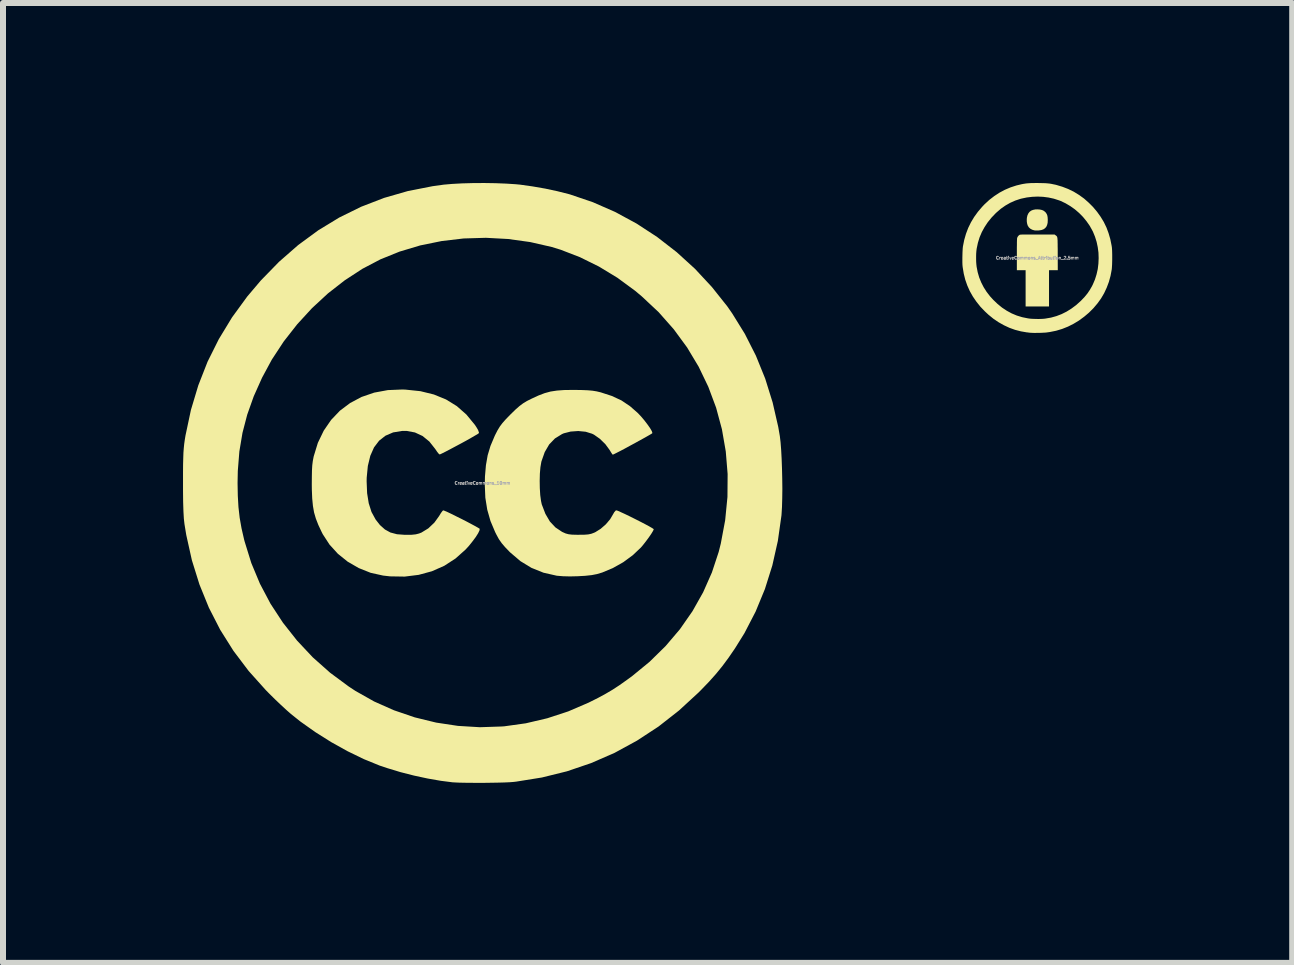
<source format=kicad_pcb>
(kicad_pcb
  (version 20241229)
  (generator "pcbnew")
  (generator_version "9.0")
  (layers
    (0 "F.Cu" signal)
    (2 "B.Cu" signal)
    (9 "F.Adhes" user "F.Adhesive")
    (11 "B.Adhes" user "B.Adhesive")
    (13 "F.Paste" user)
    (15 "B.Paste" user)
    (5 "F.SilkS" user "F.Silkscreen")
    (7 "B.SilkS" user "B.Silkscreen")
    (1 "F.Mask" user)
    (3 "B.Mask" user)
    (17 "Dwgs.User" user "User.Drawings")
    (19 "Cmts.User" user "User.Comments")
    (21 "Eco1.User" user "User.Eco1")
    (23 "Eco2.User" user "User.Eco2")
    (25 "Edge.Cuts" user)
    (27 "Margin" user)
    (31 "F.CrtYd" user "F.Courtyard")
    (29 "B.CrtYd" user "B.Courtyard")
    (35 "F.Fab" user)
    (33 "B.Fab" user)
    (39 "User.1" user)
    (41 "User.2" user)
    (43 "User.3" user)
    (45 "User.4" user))
  (footprint "CreativeCommons_Attribution_2.5mm"
    (layer "F.Cu")
    (at 14.237 1.248)
    (property "Reference" "CreativeCommons_Attribution_2.5mm" (at 0 0 0) (layer "F.Fab") (effects (font (size 0.05 0.05) (thickness 0.013))))
    (attr board_only exclude_from_pos_files exclude_from_bom)
    (fp_poly (pts (xy 0.043 -0.806) (xy 0.079 -0.798) (xy 0.109 -0.784) (xy 0.134 -0.763) (xy 0.144 -0.751) (xy 0.158 -0.729) (xy 0.167 -0.705) (xy 0.172 -0.675) (xy 0.174 -0.639) (xy 0.174 -0.63) (xy 0.172 -0.585) (xy 0.163 -0.548) (xy 0.149 -0.518) (xy 0.128 -0.494) (xy 0.101 -0.476) (xy 0.067 -0.464) (xy 0.026 -0.458) (xy 0.014 -0.457) (xy -0.008 -0.457) (xy -0.03 -0.457) (xy -0.048 -0.459) (xy -0.05 -0.459) (xy -0.086 -0.47) (xy -0.117 -0.487) (xy -0.142 -0.51) (xy -0.159 -0.538) (xy -0.16 -0.539) (xy -0.169 -0.567) (xy -0.175 -0.601) (xy -0.176 -0.636) (xy -0.174 -0.668) (xy -0.165 -0.708) (xy -0.15 -0.741) (xy -0.13 -0.767) (xy -0.104 -0.787) (xy -0.072 -0.8) (xy -0.033 -0.808) (xy 0 -0.809)) (stroke (width 0) (type solid)) (fill yes) (layer "F.SilkS"))
    (fp_poly (pts (xy -0.061 -0.39) (xy 0.002 -0.39) (xy 0.005 -0.39) (xy 0.289 -0.389) (xy 0.306 -0.376) (xy 0.313 -0.371) (xy 0.318 -0.367) (xy 0.323 -0.362) (xy 0.327 -0.356) (xy 0.33 -0.349) (xy 0.333 -0.339) (xy 0.335 -0.327) (xy 0.336 -0.31) (xy 0.338 -0.289) (xy 0.338 -0.263) (xy 0.339 -0.231) (xy 0.339 -0.192) (xy 0.34 -0.146) (xy 0.34 -0.092) (xy 0.34 -0.065) (xy 0.341 0.205) (xy 0.195 0.205) (xy 0.195 0.809) (xy -0.195 0.809) (xy -0.195 0.205) (xy -0.341 0.205) (xy -0.341 -0.056) (xy -0.341 -0.118) (xy -0.341 -0.173) (xy -0.34 -0.221) (xy -0.34 -0.26) (xy -0.339 -0.292) (xy -0.338 -0.314) (xy -0.337 -0.329) (xy -0.336 -0.333) (xy -0.328 -0.351) (xy -0.315 -0.369) (xy -0.299 -0.382) (xy -0.292 -0.386) (xy -0.286 -0.387) (xy -0.275 -0.388) (xy -0.257 -0.389) (xy -0.233 -0.389) (xy -0.201 -0.39) (xy -0.163 -0.39) (xy -0.116 -0.39)) (stroke (width 0) (type solid)) (fill yes) (layer "F.SilkS"))
    (fp_poly (pts (xy 0.055 -1.247) (xy 0.099 -1.246) (xy 0.137 -1.245) (xy 0.171 -1.242) (xy 0.202 -1.239) (xy 0.233 -1.234) (xy 0.266 -1.227) (xy 0.301 -1.22) (xy 0.317 -1.216) (xy 0.417 -1.186) (xy 0.513 -1.149) (xy 0.606 -1.104) (xy 0.694 -1.05) (xy 0.779 -0.989) (xy 0.858 -0.919) (xy 0.928 -0.849) (xy 0.996 -0.768) (xy 1.056 -0.684) (xy 1.108 -0.598) (xy 1.152 -0.507) (xy 1.187 -0.413) (xy 1.216 -0.314) (xy 1.237 -0.21) (xy 1.242 -0.18) (xy 1.244 -0.158) (xy 1.246 -0.128) (xy 1.247 -0.093) (xy 1.248 -0.054) (xy 1.248 -0.013) (xy 1.248 0.03) (xy 1.247 0.071) (xy 1.246 0.11) (xy 1.244 0.145) (xy 1.242 0.174) (xy 1.24 0.194) (xy 1.22 0.3) (xy 1.192 0.401) (xy 1.156 0.497) (xy 1.113 0.589) (xy 1.062 0.676) (xy 1.002 0.759) (xy 0.935 0.838) (xy 0.86 0.913) (xy 0.782 0.979) (xy 0.695 1.043) (xy 0.604 1.098) (xy 0.511 1.145) (xy 0.413 1.184) (xy 0.313 1.214) (xy 0.209 1.235) (xy 0.152 1.243) (xy 0.133 1.245) (xy 0.107 1.246) (xy 0.076 1.248) (xy 0.043 1.249) (xy 0.009 1.249) (xy -0.025 1.25) (xy -0.057 1.25) (xy -0.085 1.249) (xy -0.107 1.248) (xy -0.122 1.247) (xy -0.123 1.247) (xy -0.132 1.246) (xy -0.148 1.244) (xy -0.167 1.241) (xy -0.175 1.241) (xy -0.273 1.224) (xy -0.37 1.199) (xy -0.465 1.165) (xy -0.557 1.122) (xy -0.646 1.072) (xy -0.733 1.013) (xy -0.815 0.946) (xy -0.872 0.893) (xy -0.948 0.814) (xy -1.015 0.73) (xy -1.074 0.644) (xy -1.125 0.554) (xy -1.167 0.46) (xy -1.201 0.363) (xy -1.226 0.263) (xy -1.243 0.159) (xy -1.246 0.135) (xy -1.248 0.108) (xy -1.249 0.074) (xy -1.249 0.036) (xy -1.249 0.021) (xy -1.02 0.021) (xy -1.019 0.067) (xy -1.016 0.108) (xy -1.012 0.143) (xy -1.012 0.145) (xy -0.994 0.238) (xy -0.969 0.325) (xy -0.935 0.409) (xy -0.894 0.489) (xy -0.845 0.566) (xy -0.787 0.641) (xy -0.734 0.699) (xy -0.662 0.768) (xy -0.587 0.829) (xy -0.508 0.881) (xy -0.427 0.925) (xy -0.341 0.961) (xy -0.252 0.988) (xy -0.159 1.007) (xy -0.133 1.011) (xy -0.103 1.014) (xy -0.066 1.016) (xy -0.025 1.017) (xy 0.017 1.018) (xy 0.059 1.017) (xy 0.098 1.015) (xy 0.13 1.012) (xy 0.135 1.011) (xy 0.228 0.995) (xy 0.318 0.97) (xy 0.404 0.937) (xy 0.488 0.895) (xy 0.568 0.845) (xy 0.646 0.787) (xy 0.722 0.719) (xy 0.734 0.707) (xy 0.788 0.65) (xy 0.834 0.594) (xy 0.874 0.535) (xy 0.91 0.473) (xy 0.925 0.443) (xy 0.96 0.361) (xy 0.987 0.275) (xy 1.007 0.187) (xy 1.018 0.096) (xy 1.022 0.004) (xy 1.019 -0.088) (xy 1.007 -0.179) (xy 0.988 -0.268) (xy 0.961 -0.354) (xy 0.927 -0.437) (xy 0.918 -0.454) (xy 0.873 -0.535) (xy 0.82 -0.611) (xy 0.761 -0.683) (xy 0.696 -0.749) (xy 0.625 -0.81) (xy 0.55 -0.863) (xy 0.471 -0.91) (xy 0.389 -0.949) (xy 0.359 -0.96) (xy 0.275 -0.987) (xy 0.188 -1.006) (xy 0.097 -1.018) (xy 0.006 -1.022) (xy -0.086 -1.018) (xy -0.177 -1.007) (xy -0.266 -0.988) (xy -0.282 -0.984) (xy -0.369 -0.955) (xy -0.452 -0.918) (xy -0.531 -0.873) (xy -0.607 -0.82) (xy -0.679 -0.758) (xy -0.693 -0.745) (xy -0.764 -0.671) (xy -0.826 -0.594) (xy -0.879 -0.514) (xy -0.925 -0.43) (xy -0.962 -0.343) (xy -0.99 -0.252) (xy -1.01 -0.158) (xy -1.012 -0.145) (xy -1.016 -0.111) (xy -1.019 -0.07) (xy -1.02 -0.025) (xy -1.02 0.021) (xy -1.249 0.021) (xy -1.249 -0.006) (xy -1.248 -0.048) (xy -1.247 -0.09) (xy -1.245 -0.128) (xy -1.243 -0.162) (xy -1.24 -0.189) (xy -1.239 -0.195) (xy -1.218 -0.3) (xy -1.189 -0.401) (xy -1.152 -0.499) (xy -1.106 -0.593) (xy -1.052 -0.683) (xy -0.989 -0.77) (xy -0.919 -0.852) (xy -0.88 -0.893) (xy -0.801 -0.966) (xy -0.718 -1.03) (xy -0.631 -1.087) (xy -0.541 -1.135) (xy -0.447 -1.175) (xy -0.349 -1.207) (xy -0.266 -1.227) (xy -0.236 -1.233) (xy -0.21 -1.237) (xy -0.185 -1.241) (xy -0.161 -1.243) (xy -0.134 -1.245) (xy -0.105 -1.247) (xy -0.071 -1.247) (xy -0.031 -1.248) (xy 0.005 -1.248)) (stroke (width 0) (type solid)) (fill yes) (layer "F.SilkS")))
  (footprint "CreativeCommons_10mm"
    (layer "F.Cu")
    (at 4.99 5)
    (property "Reference" "CreativeCommons_10mm" (at 0 0 0) (layer "F.Fab") (effects (font (size 0.05 0.05) (thickness 0.013))))
    (attr board_only exclude_from_pos_files exclude_from_bom)
    (fp_poly (pts (xy -1.282 -1.557) (xy -1.034 -1.531) (xy -0.81 -1.476) (xy -0.607 -1.393) (xy -0.427 -1.282) (xy -0.267 -1.141) (xy -0.127 -0.971) (xy -0.101 -0.932) (xy -0.073 -0.884) (xy -0.059 -0.845) (xy -0.059 -0.832) (xy -0.076 -0.819) (xy -0.12 -0.793) (xy -0.184 -0.756) (xy -0.263 -0.711) (xy -0.351 -0.663) (xy -0.443 -0.614) (xy -0.531 -0.567) (xy -0.611 -0.525) (xy -0.677 -0.492) (xy -0.712 -0.476) (xy -0.728 -0.487) (xy -0.756 -0.522) (xy -0.787 -0.568) (xy -0.885 -0.692) (xy -0.998 -0.784) (xy -1.125 -0.843) (xy -1.264 -0.869) (xy -1.34 -0.868) (xy -1.488 -0.844) (xy -1.616 -0.789) (xy -1.722 -0.706) (xy -1.807 -0.594) (xy -1.869 -0.454) (xy -1.91 -0.285) (xy -1.929 -0.088) (xy -1.93 -0.027) (xy -1.922 0.169) (xy -1.895 0.337) (xy -1.849 0.482) (xy -1.78 0.608) (xy -1.708 0.7) (xy -1.625 0.774) (xy -1.534 0.824) (xy -1.425 0.853) (xy -1.293 0.863) (xy -1.273 0.863) (xy -1.18 0.862) (xy -1.112 0.855) (xy -1.057 0.841) (xy -1.016 0.825) (xy -0.902 0.755) (xy -0.801 0.659) (xy -0.723 0.551) (xy -0.692 0.5) (xy -0.666 0.465) (xy -0.653 0.455) (xy -0.63 0.463) (xy -0.581 0.484) (xy -0.514 0.516) (xy -0.434 0.556) (xy -0.347 0.599) (xy -0.261 0.643) (xy -0.182 0.685) (xy -0.115 0.721) (xy -0.068 0.748) (xy -0.046 0.762) (xy -0.046 0.763) (xy -0.049 0.789) (xy -0.072 0.837) (xy -0.111 0.899) (xy -0.163 0.969) (xy -0.222 1.043) (xy -0.28 1.107) (xy -0.448 1.257) (xy -0.636 1.379) (xy -0.842 1.47) (xy -1.063 1.53) (xy -1.296 1.559) (xy -1.54 1.555) (xy -1.655 1.542) (xy -1.863 1.496) (xy -2.061 1.417) (xy -2.245 1.311) (xy -2.409 1.179) (xy -2.549 1.025) (xy -2.662 0.851) (xy -2.68 0.815) (xy -2.735 0.698) (xy -2.776 0.593) (xy -2.806 0.49) (xy -2.825 0.381) (xy -2.837 0.258) (xy -2.843 0.112) (xy -2.844 0.027) (xy -2.843 -0.107) (xy -2.841 -0.212) (xy -2.836 -0.297) (xy -2.827 -0.368) (xy -2.814 -0.435) (xy -2.812 -0.445) (xy -2.743 -0.67) (xy -2.645 -0.873) (xy -2.522 -1.052) (xy -2.375 -1.206) (xy -2.205 -1.334) (xy -2.014 -1.435) (xy -1.804 -1.507) (xy -1.576 -1.549) (xy -1.334 -1.559)) (stroke (width 0) (type solid)) (fill yes) (layer "F.SilkS"))
    (fp_poly (pts (xy 1.536 -1.552) (xy 1.66 -1.55) (xy 1.756 -1.546) (xy 1.834 -1.539) (xy 1.902 -1.528) (xy 1.969 -1.512) (xy 1.973 -1.511) (xy 2.157 -1.451) (xy 2.316 -1.377) (xy 2.459 -1.281) (xy 2.587 -1.169) (xy 2.642 -1.111) (xy 2.698 -1.045) (xy 2.75 -0.977) (xy 2.793 -0.916) (xy 2.822 -0.866) (xy 2.832 -0.835) (xy 2.832 -0.832) (xy 2.816 -0.82) (xy 2.773 -0.795) (xy 2.71 -0.759) (xy 2.632 -0.716) (xy 2.545 -0.668) (xy 2.456 -0.62) (xy 2.37 -0.573) (xy 2.292 -0.532) (xy 2.229 -0.5) (xy 2.187 -0.479) (xy 2.171 -0.473) (xy 2.159 -0.487) (xy 2.136 -0.523) (xy 2.12 -0.55) (xy 2.048 -0.648) (xy 1.957 -0.737) (xy 1.859 -0.806) (xy 1.827 -0.822) (xy 1.72 -0.855) (xy 1.596 -0.867) (xy 1.47 -0.858) (xy 1.356 -0.829) (xy 1.326 -0.816) (xy 1.208 -0.743) (xy 1.112 -0.643) (xy 1.038 -0.516) (xy 0.983 -0.36) (xy 0.98 -0.345) (xy 0.966 -0.263) (xy 0.957 -0.157) (xy 0.954 -0.037) (xy 0.956 0.085) (xy 0.963 0.2) (xy 0.976 0.297) (xy 0.988 0.354) (xy 1.049 0.513) (xy 1.124 0.641) (xy 1.217 0.74) (xy 1.328 0.814) (xy 1.337 0.818) (xy 1.386 0.84) (xy 1.434 0.853) (xy 1.492 0.86) (xy 1.571 0.862) (xy 1.609 0.862) (xy 1.699 0.861) (xy 1.764 0.856) (xy 1.815 0.845) (xy 1.863 0.827) (xy 1.882 0.818) (xy 1.97 0.763) (xy 2.056 0.688) (xy 2.128 0.603) (xy 2.171 0.53) (xy 2.197 0.485) (xy 2.221 0.458) (xy 2.23 0.455) (xy 2.255 0.462) (xy 2.304 0.484) (xy 2.372 0.515) (xy 2.453 0.554) (xy 2.539 0.597) (xy 2.626 0.641) (xy 2.707 0.683) (xy 2.776 0.72) (xy 2.826 0.749) (xy 2.852 0.766) (xy 2.855 0.769) (xy 2.844 0.796) (xy 2.815 0.844) (xy 2.774 0.904) (xy 2.726 0.969) (xy 2.676 1.033) (xy 2.64 1.075) (xy 2.506 1.202) (xy 2.347 1.319) (xy 2.173 1.417) (xy 1.996 1.491) (xy 1.909 1.517) (xy 1.822 1.534) (xy 1.711 1.546) (xy 1.586 1.553) (xy 1.459 1.556) (xy 1.342 1.553) (xy 1.245 1.545) (xy 1.237 1.544) (xy 1.017 1.494) (xy 0.816 1.413) (xy 0.632 1.301) (xy 0.461 1.155) (xy 0.453 1.147) (xy 0.377 1.068) (xy 0.32 1.001) (xy 0.274 0.935) (xy 0.231 0.856) (xy 0.212 0.818) (xy 0.134 0.633) (xy 0.08 0.444) (xy 0.048 0.244) (xy 0.039 0.025) (xy 0.042 -0.109) (xy 0.058 -0.297) (xy 0.087 -0.463) (xy 0.134 -0.619) (xy 0.201 -0.778) (xy 0.211 -0.8) (xy 0.251 -0.878) (xy 0.29 -0.942) (xy 0.334 -1.001) (xy 0.391 -1.065) (xy 0.468 -1.144) (xy 0.472 -1.148) (xy 0.552 -1.226) (xy 0.617 -1.283) (xy 0.677 -1.328) (xy 0.741 -1.367) (xy 0.819 -1.406) (xy 0.934 -1.459) (xy 1.036 -1.498) (xy 1.135 -1.525) (xy 1.24 -1.541) (xy 1.36 -1.55) (xy 1.506 -1.552)) (stroke (width 0) (type solid)) (fill yes) (layer "F.SilkS"))
    (fp_poly (pts (xy 0.221 -4.997) (xy 0.397 -4.99) (xy 0.552 -4.98) (xy 0.626 -4.973) (xy 0.833 -4.944) (xy 1.046 -4.907) (xy 1.251 -4.863) (xy 1.437 -4.816) (xy 1.462 -4.809) (xy 1.841 -4.68) (xy 2.211 -4.518) (xy 2.569 -4.324) (xy 2.912 -4.1) (xy 3.237 -3.848) (xy 3.542 -3.57) (xy 3.823 -3.268) (xy 4.08 -2.945) (xy 4.162 -2.827) (xy 4.373 -2.486) (xy 4.557 -2.123) (xy 4.712 -1.741) (xy 4.836 -1.343) (xy 4.93 -0.933) (xy 4.956 -0.782) (xy 4.968 -0.682) (xy 4.978 -0.553) (xy 4.986 -0.403) (xy 4.992 -0.24) (xy 4.996 -0.071) (xy 4.998 0.097) (xy 4.996 0.255) (xy 4.992 0.397) (xy 4.985 0.513) (xy 4.983 0.54) (xy 4.923 0.964) (xy 4.831 1.373) (xy 4.707 1.767) (xy 4.552 2.143) (xy 4.366 2.502) (xy 4.21 2.753) (xy 4.101 2.912) (xy 3.998 3.051) (xy 3.892 3.181) (xy 3.776 3.311) (xy 3.641 3.451) (xy 3.601 3.491) (xy 3.276 3.79) (xy 2.934 4.058) (xy 2.575 4.293) (xy 2.201 4.497) (xy 1.811 4.667) (xy 1.408 4.804) (xy 0.991 4.907) (xy 0.561 4.976) (xy 0.518 4.981) (xy 0.453 4.986) (xy 0.36 4.99) (xy 0.245 4.993) (xy 0.116 4.995) (xy -0.019 4.997) (xy -0.152 4.996) (xy -0.277 4.995) (xy -0.384 4.993) (xy -0.468 4.989) (xy -0.5 4.987) (xy -0.696 4.962) (xy -0.913 4.924) (xy -1.141 4.875) (xy -1.368 4.817) (xy -1.582 4.752) (xy -1.714 4.708) (xy -1.976 4.601) (xy -2.248 4.469) (xy -2.521 4.317) (xy -2.786 4.15) (xy -3.033 3.975) (xy -3.191 3.849) (xy -3.267 3.782) (xy -3.358 3.698) (xy -3.457 3.604) (xy -3.554 3.508) (xy -3.61 3.451) (xy -3.896 3.132) (xy -4.149 2.797) (xy -4.37 2.446) (xy -4.559 2.077) (xy -4.716 1.691) (xy -4.842 1.287) (xy -4.936 0.865) (xy -4.966 0.682) (xy -4.976 0.594) (xy -4.983 0.471) (xy -4.988 0.314) (xy -4.99 0.121) (xy -4.99 0) (xy -4.081 0) (xy -4.077 0.213) (xy -4.066 0.401) (xy -4.046 0.578) (xy -4.015 0.754) (xy -3.972 0.941) (xy -3.963 0.975) (xy -3.852 1.333) (xy -3.708 1.678) (xy -3.532 2.011) (xy -3.325 2.327) (xy -3.09 2.625) (xy -2.828 2.904) (xy -2.54 3.16) (xy -2.228 3.391) (xy -2.117 3.464) (xy -1.805 3.64) (xy -1.474 3.787) (xy -1.128 3.905) (xy -0.772 3.992) (xy -0.408 4.047) (xy -0.043 4.069) (xy 0.321 4.057) (xy 0.364 4.054) (xy 0.722 4.004) (xy 1.08 3.92) (xy 1.431 3.805) (xy 1.768 3.66) (xy 1.778 3.655) (xy 1.926 3.581) (xy 2.053 3.512) (xy 2.17 3.443) (xy 2.286 3.367) (xy 2.414 3.276) (xy 2.491 3.22) (xy 2.785 2.979) (xy 3.052 2.717) (xy 3.291 2.436) (xy 3.5 2.136) (xy 3.678 1.82) (xy 3.824 1.49) (xy 3.937 1.148) (xy 3.972 1.009) (xy 4.045 0.62) (xy 4.083 0.233) (xy 4.086 -0.15) (xy 4.055 -0.527) (xy 3.991 -0.896) (xy 3.894 -1.256) (xy 3.764 -1.604) (xy 3.603 -1.939) (xy 3.411 -2.259) (xy 3.188 -2.563) (xy 2.936 -2.848) (xy 2.654 -3.112) (xy 2.543 -3.205) (xy 2.249 -3.421) (xy 1.941 -3.608) (xy 1.625 -3.764) (xy 1.304 -3.888) (xy 1.155 -3.934) (xy 0.796 -4.016) (xy 0.429 -4.067) (xy 0.058 -4.087) (xy -0.313 -4.076) (xy -0.679 -4.033) (xy -1.037 -3.96) (xy -1.381 -3.857) (xy -1.7 -3.728) (xy -2.001 -3.57) (xy -2.294 -3.379) (xy -2.575 -3.16) (xy -2.841 -2.914) (xy -3.087 -2.646) (xy -3.311 -2.36) (xy -3.51 -2.057) (xy -3.673 -1.755) (xy -3.812 -1.444) (xy -3.92 -1.14) (xy -3.999 -0.837) (xy -4.051 -0.527) (xy -4.077 -0.202) (xy -4.081 0) (xy -4.99 0) (xy -4.99 -0.018) (xy -4.99 -0.18) (xy -4.989 -0.312) (xy -4.986 -0.419) (xy -4.983 -0.508) (xy -4.977 -0.584) (xy -4.97 -0.654) (xy -4.96 -0.724) (xy -4.949 -0.791) (xy -4.858 -1.219) (xy -4.735 -1.629) (xy -4.581 -2.022) (xy -4.393 -2.399) (xy -4.173 -2.761) (xy -3.92 -3.108) (xy -3.693 -3.376) (xy -3.39 -3.687) (xy -3.071 -3.966) (xy -2.736 -4.212) (xy -2.386 -4.425) (xy -2.02 -4.605) (xy -1.639 -4.752) (xy -1.243 -4.866) (xy -0.831 -4.947) (xy -0.643 -4.973) (xy -0.504 -4.985) (xy -0.339 -4.994) (xy -0.156 -4.999) (xy 0.033 -5)) (stroke (width 0) (type solid)) (fill yes) (layer "F.SilkS")))
  (gr_rect
    (start -3 -3)
    (end 18.485 12.996)
    (stroke (width 0.1) (type default))
    (fill no)
    (layer "Edge.Cuts")))
</source>
